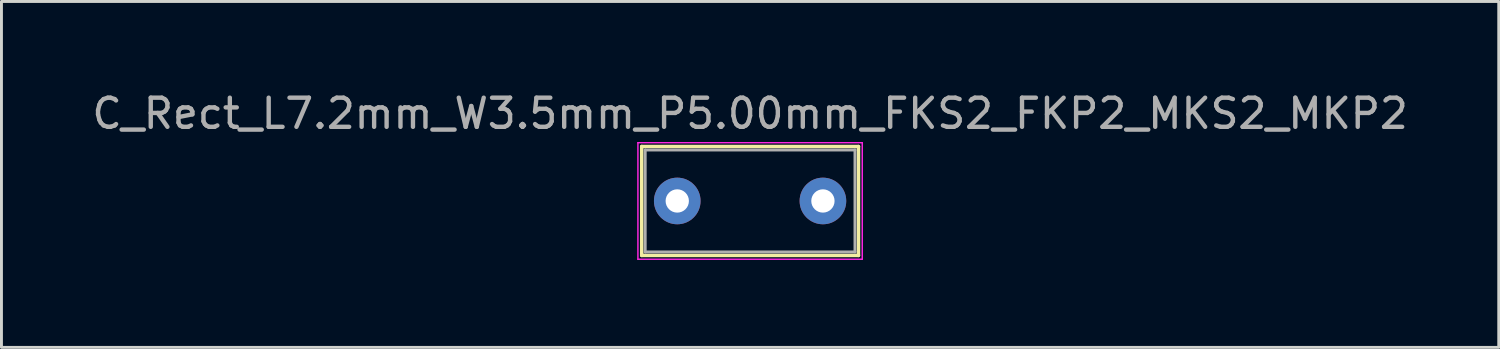
<source format=kicad_pcb>
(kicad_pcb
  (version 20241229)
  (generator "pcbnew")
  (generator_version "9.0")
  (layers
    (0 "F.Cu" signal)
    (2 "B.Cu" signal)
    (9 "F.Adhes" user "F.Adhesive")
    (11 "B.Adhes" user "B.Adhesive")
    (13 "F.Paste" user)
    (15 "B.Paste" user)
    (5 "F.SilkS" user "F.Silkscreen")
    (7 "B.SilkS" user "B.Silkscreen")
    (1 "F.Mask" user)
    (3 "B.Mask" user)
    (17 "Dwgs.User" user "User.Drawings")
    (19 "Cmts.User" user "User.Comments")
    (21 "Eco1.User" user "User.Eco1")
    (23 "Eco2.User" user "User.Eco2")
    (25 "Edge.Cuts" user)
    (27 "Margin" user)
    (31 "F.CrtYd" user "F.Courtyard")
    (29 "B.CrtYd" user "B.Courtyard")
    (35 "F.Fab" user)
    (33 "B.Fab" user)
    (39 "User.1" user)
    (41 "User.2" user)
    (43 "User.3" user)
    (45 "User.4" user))
  (footprint "C_Rect_L7.2mm_W3.5mm_P5.00mm_FKS2_FKP2_MKS2_MKP2"
    (layer "F.Cu")
    (at 20.196 3.848)
    (property "Reference" "C_Rect_L7.2mm_W3.5mm_P5.00mm_FKS2_FKP2_MKS2_MKP2" (at 2.5 -3 0) (layer "F.Fab") (effects (font (size 1 1) (thickness 0.15))))
    (attr through_hole)
    (fp_line (start -1.22 -1.87) (end -1.22 1.87) (stroke (width 0.12) (type solid)) (layer "F.SilkS"))
    (fp_line (start -1.22 -1.87) (end 6.22 -1.87) (stroke (width 0.12) (type solid)) (layer "F.SilkS"))
    (fp_line (start -1.22 1.87) (end 6.22 1.87) (stroke (width 0.12) (type solid)) (layer "F.SilkS"))
    (fp_line (start 6.22 -1.87) (end 6.22 1.87) (stroke (width 0.12) (type solid)) (layer "F.SilkS"))
    (fp_line (start -1.35 -2) (end -1.35 2) (stroke (width 0.05) (type solid)) (layer "F.CrtYd"))
    (fp_line (start -1.35 2) (end 6.35 2) (stroke (width 0.05) (type solid)) (layer "F.CrtYd"))
    (fp_line (start 6.35 -2) (end -1.35 -2) (stroke (width 0.05) (type solid)) (layer "F.CrtYd"))
    (fp_line (start 6.35 2) (end 6.35 -2) (stroke (width 0.05) (type solid)) (layer "F.CrtYd"))
    (fp_line (start -1.1 -1.75) (end -1.1 1.75) (stroke (width 0.1) (type solid)) (layer "F.Fab"))
    (fp_line (start -1.1 1.75) (end 6.1 1.75) (stroke (width 0.1) (type solid)) (layer "F.Fab"))
    (fp_line (start 6.1 -1.75) (end -1.1 -1.75) (stroke (width 0.1) (type solid)) (layer "F.Fab"))
    (fp_line (start 6.1 1.75) (end 6.1 -1.75) (stroke (width 0.1) (type solid)) (layer "F.Fab"))
    (pad "1" thru_hole circle (at 0 0) (size 1.6 1.6) (drill 0.8) (layers "*.Cu" "*.Mask"))
    (pad "2" thru_hole circle (at 5 0) (size 1.6 1.6) (drill 0.8) (layers "*.Cu" "*.Mask")))
  (gr_rect
    (start -3 -3)
    (end 48.393 8.873)
    (stroke (width 0.1) (type default))
    (fill no)
    (layer "Edge.Cuts")))
</source>
